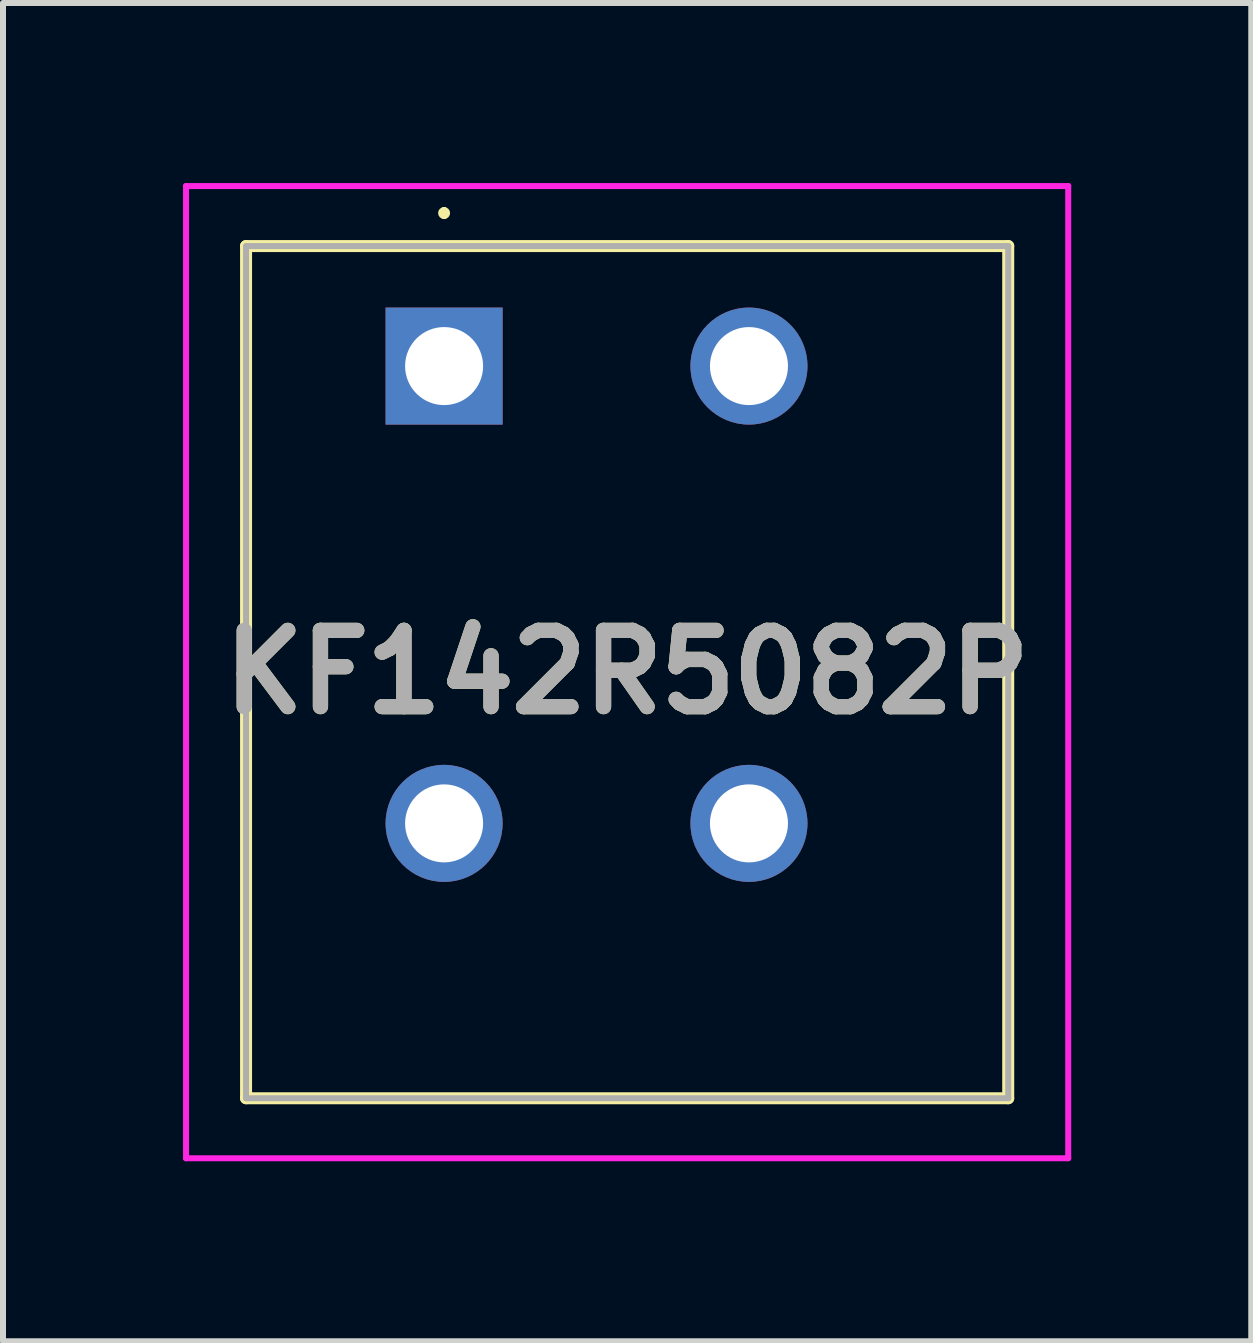
<source format=kicad_pcb>
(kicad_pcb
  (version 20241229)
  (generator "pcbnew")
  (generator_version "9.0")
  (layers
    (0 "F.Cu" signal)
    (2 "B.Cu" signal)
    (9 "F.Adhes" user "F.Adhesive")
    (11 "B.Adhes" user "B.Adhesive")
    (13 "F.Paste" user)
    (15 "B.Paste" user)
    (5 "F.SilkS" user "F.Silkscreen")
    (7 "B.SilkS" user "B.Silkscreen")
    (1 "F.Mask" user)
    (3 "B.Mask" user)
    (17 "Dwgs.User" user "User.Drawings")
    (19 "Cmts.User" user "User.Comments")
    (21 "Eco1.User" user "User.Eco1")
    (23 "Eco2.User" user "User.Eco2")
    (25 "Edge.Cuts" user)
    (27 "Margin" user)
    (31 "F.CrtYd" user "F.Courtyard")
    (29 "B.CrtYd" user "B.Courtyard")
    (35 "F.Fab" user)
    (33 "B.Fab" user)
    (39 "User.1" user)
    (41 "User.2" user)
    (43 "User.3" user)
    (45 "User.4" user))
  (footprint "KF142R5082P"
    (layer "F.Cu")
    (at 4.35 3.05)
    (property "Reference" "KF142R5082P" (at 3.05 5.1 0) (layer "F.SilkS") (effects (font (size 1.27 1.27) (thickness 0.254))))
    (attr through_hole)
    (fp_line (start -3.3 -2) (end 9.4 -2) (stroke (width 0.2) (type solid)) (layer "F.SilkS"))
    (fp_line (start -3.3 12.2) (end -3.3 -2) (stroke (width 0.2) (type solid)) (layer "F.SilkS"))
    (fp_line (start 0 -2.6) (end 0 -2.6) (stroke (width 0.1) (type solid)) (layer "F.SilkS"))
    (fp_line (start 0 -2.5) (end 0 -2.5) (stroke (width 0.1) (type solid)) (layer "F.SilkS"))
    (fp_line (start 9.4 -2) (end 9.4 12.2) (stroke (width 0.2) (type solid)) (layer "F.SilkS"))
    (fp_line (start 9.4 12.2) (end -3.3 12.2) (stroke (width 0.2) (type solid)) (layer "F.SilkS"))
    (fp_arc (start 0 -2.6) (mid 0.05 -2.55) (end 0 -2.5) (stroke (width 0.1) (type solid)) (layer "F.SilkS"))
    (fp_arc (start 0 -2.5) (mid -0.05 -2.55) (end 0 -2.6) (stroke (width 0.1) (type solid)) (layer "F.SilkS"))
    (fp_line (start -4.3 -3) (end 10.4 -3) (stroke (width 0.1) (type solid)) (layer "F.CrtYd"))
    (fp_line (start -4.3 13.2) (end -4.3 -3) (stroke (width 0.1) (type solid)) (layer "F.CrtYd"))
    (fp_line (start 10.4 -3) (end 10.4 13.2) (stroke (width 0.1) (type solid)) (layer "F.CrtYd"))
    (fp_line (start 10.4 13.2) (end -4.3 13.2) (stroke (width 0.1) (type solid)) (layer "F.CrtYd"))
    (fp_line (start -3.3 -2) (end -3.3 12.2) (stroke (width 0.1) (type solid)) (layer "F.Fab"))
    (fp_line (start -3.3 12.2) (end 9.4 12.2) (stroke (width 0.1) (type solid)) (layer "F.Fab"))
    (fp_line (start 9.4 -2) (end -3.3 -2) (stroke (width 0.1) (type solid)) (layer "F.Fab"))
    (fp_line (start 9.4 12.2) (end 9.4 -2) (stroke (width 0.1) (type solid)) (layer "F.Fab"))
    (fp_text user "${REFERENCE}" (at 3.05 5.1 0) (layer "F.Fab") (effects (font (size 1.27 1.27) (thickness 0.254))))
    (pad "1" thru_hole rect (at 0 0) (size 1.95 1.95) (drill 1.3) (layers "*.Cu" "*.Mask"))
    (pad "2" thru_hole circle (at 0 7.62) (size 1.95 1.95) (drill 1.3) (layers "*.Cu" "*.Mask"))
    (pad "3" thru_hole circle (at 5.08 0) (size 1.95 1.95) (drill 1.3) (layers "*.Cu" "*.Mask"))
    (pad "4" thru_hole circle (at 5.08 7.62) (size 1.95 1.95) (drill 1.3) (layers "*.Cu" "*.Mask")))
  (gr_rect
    (start -3 -3)
    (end 17.8 19.3)
    (stroke (width 0.1) (type default))
    (fill no)
    (layer "Edge.Cuts")))
</source>
